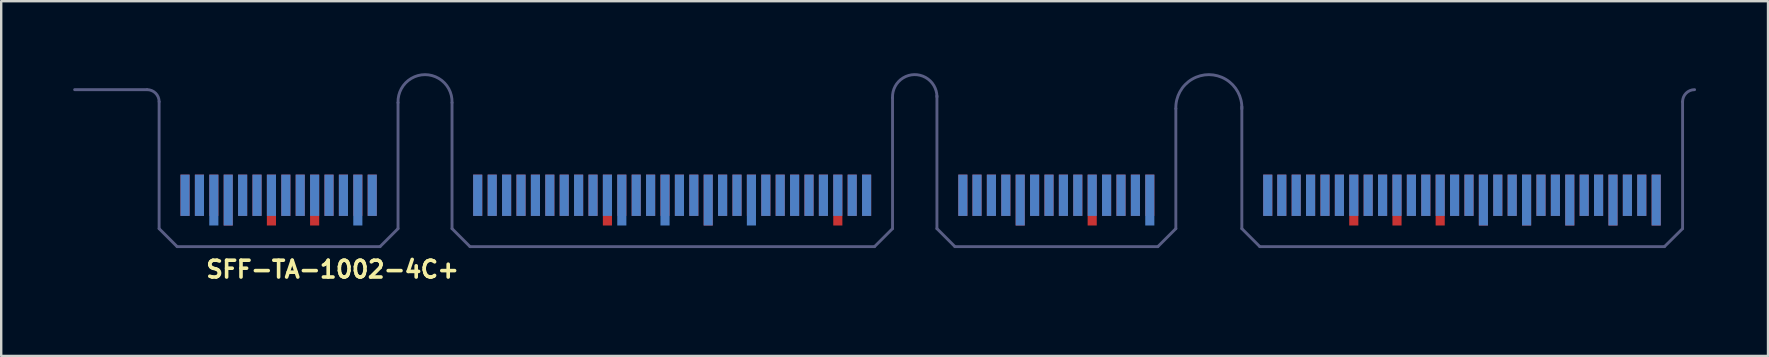
<source format=kicad_pcb>
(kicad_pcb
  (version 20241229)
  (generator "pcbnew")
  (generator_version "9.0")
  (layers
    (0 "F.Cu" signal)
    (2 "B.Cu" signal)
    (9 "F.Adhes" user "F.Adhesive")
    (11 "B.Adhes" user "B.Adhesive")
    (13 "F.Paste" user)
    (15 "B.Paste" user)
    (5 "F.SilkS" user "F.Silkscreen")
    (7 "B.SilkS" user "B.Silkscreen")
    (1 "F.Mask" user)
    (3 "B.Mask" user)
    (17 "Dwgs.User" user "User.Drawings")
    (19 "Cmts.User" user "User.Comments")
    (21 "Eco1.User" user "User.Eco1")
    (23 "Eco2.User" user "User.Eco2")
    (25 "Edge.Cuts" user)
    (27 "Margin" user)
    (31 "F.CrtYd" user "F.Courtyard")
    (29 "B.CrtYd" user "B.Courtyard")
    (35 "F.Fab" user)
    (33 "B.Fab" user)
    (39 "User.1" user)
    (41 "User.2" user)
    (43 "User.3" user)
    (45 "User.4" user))
  (footprint "SFF-TA-1002-4C+"
    (layer "F.Cu")
    (at 35.06 5.286)
    (property "Reference" "SFF-TA-1002-4C+" (at -29.6 3.3 0) (layer "F.SilkS") (effects (font (size 0.7 0.7) (thickness 0.15)) (justify left bottom)))
    (attr exclude_from_pos_files exclude_from_bom)
    (fp_line (start -35 -4.6) (end -31.98 -4.6) (stroke (width 0.12) (type solid)) (layer "B.Fab"))
    (fp_line (start -31.48 1.19) (end -31.48 -4.1) (stroke (width 0.12) (type solid)) (layer "B.Fab"))
    (fp_line (start -30.73 1.94) (end -31.48 1.19) (stroke (width 0.12) (type solid)) (layer "B.Fab"))
    (fp_line (start -30.73 1.94) (end -22.275 1.94) (stroke (width 0.12) (type solid)) (layer "B.Fab"))
    (fp_line (start -21.525 1.19) (end -22.275 1.94) (stroke (width 0.12) (type solid)) (layer "B.Fab"))
    (fp_line (start -21.525 1.19) (end -21.525 -4.06) (stroke (width 0.12) (type solid)) (layer "B.Fab"))
    (fp_line (start -19.275 1.19) (end -19.275 -4.06) (stroke (width 0.12) (type solid)) (layer "B.Fab"))
    (fp_line (start -19.275 1.19) (end -18.525 1.94) (stroke (width 0.12) (type solid)) (layer "B.Fab"))
    (fp_line (start -18.525 1.94) (end -1.67 1.94) (stroke (width 0.12) (type solid)) (layer "B.Fab"))
    (fp_line (start -0.92 1.19) (end -1.67 1.94) (stroke (width 0.12) (type solid)) (layer "B.Fab"))
    (fp_line (start -0.92 1.19) (end -0.92 -4.26) (stroke (width 0.12) (type solid)) (layer "B.Fab"))
    (fp_line (start 0.93 1.19) (end 0.93 -4.34) (stroke (width 0.12) (type solid)) (layer "B.Fab"))
    (fp_line (start 0.93 1.19) (end 1.68 1.94) (stroke (width 0.12) (type solid)) (layer "B.Fab"))
    (fp_line (start 1.68 1.94) (end 10.135 1.94) (stroke (width 0.12) (type solid)) (layer "B.Fab"))
    (fp_line (start 10.135 1.94) (end 10.885 1.19) (stroke (width 0.12) (type solid)) (layer "B.Fab"))
    (fp_line (start 10.885 1.19) (end 10.885 -3.81) (stroke (width 0.12) (type solid)) (layer "B.Fab"))
    (fp_line (start 13.635 1.19) (end 13.635 -3.89) (stroke (width 0.12) (type solid)) (layer "B.Fab"))
    (fp_line (start 14.385 1.94) (end 13.635 1.19) (stroke (width 0.12) (type solid)) (layer "B.Fab"))
    (fp_line (start 14.385 1.94) (end 31.245 1.94) (stroke (width 0.12) (type solid)) (layer "B.Fab"))
    (fp_line (start 32 1.19) (end 31.245 1.94) (stroke (width 0.12) (type solid)) (layer "B.Fab"))
    (fp_line (start 32 1.19) (end 32 -4.1) (stroke (width 0.12) (type solid)) (layer "B.Fab"))
    (fp_arc (start -31.98 -4.6) (mid -31.626447 -4.453553) (end -31.48 -4.1) (stroke (width 0.12) (type solid)) (layer "B.Fab"))
    (fp_arc (start -21.525 -4.06) (mid -20.4 -5.225711) (end -19.275 -4.06) (stroke (width 0.12) (type solid)) (layer "B.Fab"))
    (fp_arc (start -0.92 -4.26) (mid -0.015005 -5.225648) (end 0.930864 -4.3) (stroke (width 0.12) (type solid)) (layer "B.Fab"))
    (fp_arc (start 10.885 -3.81) (mid 12.264997 -5.225573) (end 13.634673 -3.800012) (stroke (width 0.12) (type solid)) (layer "B.Fab"))
    (fp_arc (start 32 -4.1) (mid 32.146447 -4.453553) (end 32.5 -4.6) (stroke (width 0.12) (type solid)) (layer "B.Fab"))
    (pad "A1" smd rect (at -18.205 -0.2) (size 0.38 1.72) (layers "B.Cu" "B.Mask"))
    (pad "A2" smd rect (at -17.6 -0.2) (size 0.38 1.72) (layers "B.Cu" "B.Mask"))
    (pad "A3" smd rect (at -17 -0.2) (size 0.38 1.72) (layers "B.Cu" "B.Mask"))
    (pad "A4" smd rect (at -16.4 -0.2) (size 0.38 1.72) (layers "B.Cu" "B.Mask"))
    (pad "A5" smd rect (at -15.8 -0.2) (size 0.38 1.72) (layers "B.Cu" "B.Mask"))
    (pad "A6" smd rect (at -15.2 -0.2) (size 0.38 1.72) (layers "B.Cu" "B.Mask"))
    (pad "A7" smd rect (at -14.6 -0.2) (size 0.38 1.72) (layers "B.Cu" "B.Mask"))
    (pad "A8" smd rect (at -14 -0.2) (size 0.38 1.72) (layers "B.Cu" "B.Mask"))
    (pad "A9" smd rect (at -13.4 -0.2) (size 0.38 1.72) (layers "B.Cu" "B.Mask"))
    (pad "A10" smd rect (at -12.8 -0.2) (size 0.38 1.72) (layers "B.Cu" "B.Mask"))
    (pad "A11" smd rect (at -12.2 0) (size 0.38 2.12) (layers "B.Cu" "B.Mask"))
    (pad "A12" smd rect (at -11.6 -0.2) (size 0.38 1.72) (layers "B.Cu" "B.Mask"))
    (pad "A13" smd rect (at -11 -0.2) (size 0.38 1.72) (layers "B.Cu" "B.Mask"))
    (pad "A14" smd rect (at -10.4 0) (size 0.38 2.12) (layers "B.Cu" "B.Mask"))
    (pad "A15" smd rect (at -9.8 -0.2) (size 0.38 1.72) (layers "B.Cu" "B.Mask"))
    (pad "A16" smd rect (at -9.2 -0.2) (size 0.38 1.72) (layers "B.Cu" "B.Mask"))
    (pad "A17" smd rect (at -8.6 0) (size 0.38 2.12) (layers "B.Cu" "B.Mask"))
    (pad "A18" smd rect (at -8 -0.2) (size 0.38 1.72) (layers "B.Cu" "B.Mask"))
    (pad "A19" smd rect (at -7.4 -0.2) (size 0.38 1.72) (layers "B.Cu" "B.Mask"))
    (pad "A20" smd rect (at -6.8 0) (size 0.38 2.12) (layers "B.Cu" "B.Mask"))
    (pad "A21" smd rect (at -6.2 -0.2) (size 0.38 1.72) (layers "B.Cu" "B.Mask"))
    (pad "A22" smd rect (at -5.6 -0.2) (size 0.38 1.72) (layers "B.Cu" "B.Mask"))
    (pad "A23" smd rect (at -5 -0.2) (size 0.38 1.72) (layers "B.Cu" "B.Mask"))
    (pad "A24" smd rect (at -4.4 -0.2) (size 0.38 1.72) (layers "B.Cu" "B.Mask"))
    (pad "A25" smd rect (at -3.8 -0.2) (size 0.38 1.72) (layers "B.Cu" "B.Mask"))
    (pad "A26" smd rect (at -3.2 -0.2) (size 0.38 1.72) (layers "B.Cu" "B.Mask"))
    (pad "A27" smd rect (at -2.6 -0.2) (size 0.38 1.72) (layers "B.Cu" "B.Mask"))
    (pad "A28" smd rect (at -2 -0.2) (size 0.38 1.72) (layers "B.Cu" "B.Mask"))
    (pad "A29" smd rect (at 2.01 -0.2) (size 0.38 1.72) (layers "B.Cu" "B.Mask"))
    (pad "A30" smd rect (at 2.6 -0.2) (size 0.38 1.72) (layers "B.Cu" "B.Mask"))
    (pad "A31" smd rect (at 3.2 -0.2) (size 0.38 1.72) (layers "B.Cu" "B.Mask"))
    (pad "A32" smd rect (at 3.8 -0.2) (size 0.38 1.72) (layers "B.Cu" "B.Mask"))
    (pad "A33" smd rect (at 4.4 0) (size 0.38 2.12) (layers "B.Cu" "B.Mask"))
    (pad "A34" smd rect (at 5 -0.2) (size 0.38 1.72) (layers "B.Cu" "B.Mask"))
    (pad "A35" smd rect (at 5.6 -0.2) (size 0.38 1.72) (layers "B.Cu" "B.Mask"))
    (pad "A36" smd rect (at 6.2 -0.2) (size 0.38 1.72) (layers "B.Cu" "B.Mask"))
    (pad "A37" smd rect (at 6.8 -0.2) (size 0.38 1.72) (layers "B.Cu" "B.Mask"))
    (pad "A38" smd rect (at 7.4 -0.2) (size 0.38 1.72) (layers "B.Cu" "B.Mask"))
    (pad "A39" smd rect (at 8 -0.2) (size 0.38 1.72) (layers "B.Cu" "B.Mask"))
    (pad "A40" smd rect (at 8.6 -0.2) (size 0.38 1.72) (layers "B.Cu" "B.Mask"))
    (pad "A41" smd rect (at 9.2 -0.2) (size 0.38 1.72) (layers "B.Cu" "B.Mask"))
    (pad "A42" smd rect (at 9.8 0) (size 0.38 2.12) (layers "B.Cu" "B.Mask"))
    (pad "A43" smd rect (at 14.715 -0.2) (size 0.38 1.72) (layers "B.Cu" "B.Mask"))
    (pad "A44" smd rect (at 15.3 -0.2) (size 0.38 1.72) (layers "B.Cu" "B.Mask"))
    (pad "A45" smd rect (at 15.9 -0.2) (size 0.38 1.72) (layers "B.Cu" "B.Mask"))
    (pad "A46" smd rect (at 16.5 -0.2) (size 0.38 1.72) (layers "B.Cu" "B.Mask"))
    (pad "A47" smd rect (at 17.1 -0.2) (size 0.38 1.72) (layers "B.Cu" "B.Mask"))
    (pad "A48" smd rect (at 17.7 -0.2) (size 0.38 1.72) (layers "B.Cu" "B.Mask"))
    (pad "A49" smd rect (at 18.3 -0.2) (size 0.38 1.72) (layers "B.Cu" "B.Mask"))
    (pad "A50" smd rect (at 18.9 -0.2) (size 0.38 1.72) (layers "B.Cu" "B.Mask"))
    (pad "A51" smd rect (at 19.5 -0.2) (size 0.38 1.72) (layers "B.Cu" "B.Mask"))
    (pad "A52" smd rect (at 20.1 -0.2) (size 0.38 1.72) (layers "B.Cu" "B.Mask"))
    (pad "A53" smd rect (at 20.7 -0.2) (size 0.38 1.72) (layers "B.Cu" "B.Mask"))
    (pad "A54" smd rect (at 21.3 -0.2) (size 0.38 1.72) (layers "B.Cu" "B.Mask"))
    (pad "A55" smd rect (at 21.9 -0.2) (size 0.38 1.72) (layers "B.Cu" "B.Mask"))
    (pad "A56" smd rect (at 22.5 -0.2) (size 0.38 1.72) (layers "B.Cu" "B.Mask"))
    (pad "A57" smd rect (at 23.1 -0.2) (size 0.38 1.72) (layers "B.Cu" "B.Mask"))
    (pad "A58" smd rect (at 23.7 0) (size 0.38 2.12) (layers "B.Cu" "B.Mask"))
    (pad "A59" smd rect (at 24.3 -0.2) (size 0.38 1.72) (layers "B.Cu" "B.Mask"))
    (pad "A60" smd rect (at 24.9 -0.2) (size 0.38 1.72) (layers "B.Cu" "B.Mask"))
    (pad "A61" smd rect (at 25.5 0) (size 0.38 2.12) (layers "B.Cu" "B.Mask"))
    (pad "A62" smd rect (at 26.1 -0.2) (size 0.38 1.72) (layers "B.Cu" "B.Mask"))
    (pad "A63" smd rect (at 26.7 -0.2) (size 0.38 1.72) (layers "B.Cu" "B.Mask"))
    (pad "A64" smd rect (at 27.3 0) (size 0.38 2.12) (layers "B.Cu" "B.Mask"))
    (pad "A65" smd rect (at 27.9 -0.2) (size 0.38 1.72) (layers "B.Cu" "B.Mask"))
    (pad "A66" smd rect (at 28.5 -0.2) (size 0.38 1.72) (layers "B.Cu" "B.Mask"))
    (pad "A67" smd rect (at 29.1 0) (size 0.38 2.12) (layers "B.Cu" "B.Mask"))
    (pad "A68" smd rect (at 29.7 -0.2) (size 0.38 1.72) (layers "B.Cu" "B.Mask"))
    (pad "A69" smd rect (at 30.3 -0.2) (size 0.38 1.72) (layers "B.Cu" "B.Mask"))
    (pad "A70" smd rect (at 30.9 0) (size 0.38 2.12) (layers "B.Cu" "B.Mask"))
    (pad "B1" smd rect (at -18.205 -0.2) (size 0.38 1.72) (layers "F.Cu" "F.Mask"))
    (pad "B2" smd rect (at -17.6 -0.2) (size 0.38 1.72) (layers "F.Cu" "F.Mask"))
    (pad "B3" smd rect (at -17 -0.2) (size 0.38 1.72) (layers "F.Cu" "F.Mask"))
    (pad "B4" smd rect (at -16.4 -0.2) (size 0.38 1.72) (layers "F.Cu" "F.Mask"))
    (pad "B5" smd rect (at -15.8 -0.2) (size 0.38 1.72) (layers "F.Cu" "F.Mask"))
    (pad "B6" smd rect (at -15.2 -0.2) (size 0.38 1.72) (layers "F.Cu" "F.Mask"))
    (pad "B7" smd rect (at -14.6 -0.2) (size 0.38 1.72) (layers "F.Cu" "F.Mask"))
    (pad "B8" smd rect (at -14 -0.2) (size 0.38 1.72) (layers "F.Cu" "F.Mask"))
    (pad "B9" smd rect (at -13.4 -0.2) (size 0.38 1.72) (layers "F.Cu" "F.Mask"))
    (pad "B10" smd rect (at -12.8 0) (size 0.38 2.12) (layers "F.Cu" "F.Mask"))
    (pad "B11" smd rect (at -12.2 -0.2) (size 0.38 1.72) (layers "F.Cu" "F.Mask"))
    (pad "B12" smd rect (at -11.6 -0.2) (size 0.38 1.72) (layers "F.Cu" "F.Mask"))
    (pad "B13" smd rect (at -11 -0.2) (size 0.38 1.72) (layers "F.Cu" "F.Mask"))
    (pad "B14" smd rect (at -10.4 -0.2) (size 0.38 1.72) (layers "F.Cu" "F.Mask"))
    (pad "B15" smd rect (at -9.8 -0.2) (size 0.38 1.72) (layers "F.Cu" "F.Mask"))
    (pad "B16" smd rect (at -9.2 -0.2) (size 0.38 1.72) (layers "F.Cu" "F.Mask"))
    (pad "B17" smd rect (at -8.6 0) (size 0.38 2.12) (layers "F.Cu" "F.Mask"))
    (pad "B18" smd rect (at -8 -0.2) (size 0.38 1.72) (layers "F.Cu" "F.Mask"))
    (pad "B19" smd rect (at -7.4 -0.2) (size 0.38 1.72) (layers "F.Cu" "F.Mask"))
    (pad "B20" smd rect (at -6.8 -0.2) (size 0.38 1.72) (layers "F.Cu" "F.Mask"))
    (pad "B21" smd rect (at -6.2 -0.2) (size 0.38 1.72) (layers "F.Cu" "F.Mask"))
    (pad "B22" smd rect (at -5.6 -0.2) (size 0.38 1.72) (layers "F.Cu" "F.Mask"))
    (pad "B23" smd rect (at -5 -0.2) (size 0.38 1.72) (layers "F.Cu" "F.Mask"))
    (pad "B24" smd rect (at -4.4 -0.2) (size 0.38 1.72) (layers "F.Cu" "F.Mask"))
    (pad "B25" smd rect (at -3.8 -0.2) (size 0.38 1.72) (layers "F.Cu" "F.Mask"))
    (pad "B26" smd rect (at -3.2 0) (size 0.38 2.12) (layers "F.Cu" "F.Mask"))
    (pad "B27" smd rect (at -2.6 -0.2) (size 0.38 1.72) (layers "F.Cu" "F.Mask"))
    (pad "B28" smd rect (at -2 -0.2) (size 0.38 1.72) (layers "F.Cu" "F.Mask"))
    (pad "B29" smd rect (at 2.01 -0.2) (size 0.38 1.72) (layers "F.Cu" "F.Mask"))
    (pad "B30" smd rect (at 2.6 -0.2) (size 0.38 1.72) (layers "F.Cu" "F.Mask"))
    (pad "B31" smd rect (at 3.2 -0.2) (size 0.38 1.72) (layers "F.Cu" "F.Mask"))
    (pad "B32" smd rect (at 3.8 -0.2) (size 0.38 1.72) (layers "F.Cu" "F.Mask"))
    (pad "B33" smd rect (at 4.4 0) (size 0.38 2.12) (layers "F.Cu" "F.Mask"))
    (pad "B34" smd rect (at 5 -0.2) (size 0.38 1.72) (layers "F.Cu" "F.Mask"))
    (pad "B35" smd rect (at 5.6 -0.2) (size 0.38 1.72) (layers "F.Cu" "F.Mask"))
    (pad "B36" smd rect (at 6.2 -0.2) (size 0.38 1.72) (layers "F.Cu" "F.Mask"))
    (pad "B37" smd rect (at 6.8 -0.2) (size 0.38 1.72) (layers "F.Cu" "F.Mask"))
    (pad "B38" smd rect (at 7.4 0) (size 0.38 2.12) (layers "F.Cu" "F.Mask"))
    (pad "B39" smd rect (at 8 -0.2) (size 0.38 1.72) (layers "F.Cu" "F.Mask"))
    (pad "B40" smd rect (at 8.6 -0.2) (size 0.38 1.72) (layers "F.Cu" "F.Mask"))
    (pad "B41" smd rect (at 9.2 -0.2) (size 0.38 1.72) (layers "F.Cu" "F.Mask"))
    (pad "B42" smd rect (at 9.8 -0.2) (size 0.38 1.72) (layers "F.Cu" "F.Mask"))
    (pad "B43" smd rect (at 14.715 -0.2) (size 0.38 1.72) (layers "F.Cu" "F.Mask"))
    (pad "B44" smd rect (at 15.3 -0.2) (size 0.38 1.72) (layers "F.Cu" "F.Mask"))
    (pad "B45" smd rect (at 15.9 -0.2) (size 0.38 1.72) (layers "F.Cu" "F.Mask"))
    (pad "B46" smd rect (at 16.5 -0.2) (size 0.38 1.72) (layers "F.Cu" "F.Mask"))
    (pad "B47" smd rect (at 17.1 -0.2) (size 0.38 1.72) (layers "F.Cu" "F.Mask"))
    (pad "B48" smd rect (at 17.7 -0.2) (size 0.38 1.72) (layers "F.Cu" "F.Mask"))
    (pad "B49" smd rect (at 18.3 0) (size 0.38 2.12) (layers "F.Cu" "F.Mask"))
    (pad "B50" smd rect (at 18.9 -0.2) (size 0.38 1.72) (layers "F.Cu" "F.Mask"))
    (pad "B51" smd rect (at 19.5 -0.2) (size 0.38 1.72) (layers "F.Cu" "F.Mask"))
    (pad "B52" smd rect (at 20.1 0) (size 0.38 2.12) (layers "F.Cu" "F.Mask"))
    (pad "B53" smd rect (at 20.7 -0.2) (size 0.38 1.72) (layers "F.Cu" "F.Mask"))
    (pad "B54" smd rect (at 21.3 -0.2) (size 0.38 1.72) (layers "F.Cu" "F.Mask"))
    (pad "B55" smd rect (at 21.9 0) (size 0.38 2.12) (layers "F.Cu" "F.Mask"))
    (pad "B56" smd rect (at 22.5 -0.2) (size 0.38 1.72) (layers "F.Cu" "F.Mask"))
    (pad "B57" smd rect (at 23.1 -0.2) (size 0.38 1.72) (layers "F.Cu" "F.Mask"))
    (pad "B58" smd rect (at 23.7 0) (size 0.38 2.12) (layers "F.Cu" "F.Mask"))
    (pad "B59" smd rect (at 24.3 -0.2) (size 0.38 1.72) (layers "F.Cu" "F.Mask"))
    (pad "B60" smd rect (at 24.9 -0.2) (size 0.38 1.72) (layers "F.Cu" "F.Mask"))
    (pad "B61" smd rect (at 25.5 0) (size 0.38 2.12) (layers "F.Cu" "F.Mask"))
    (pad "B62" smd rect (at 26.1 -0.2) (size 0.38 1.72) (layers "F.Cu" "F.Mask"))
    (pad "B63" smd rect (at 26.7 -0.2) (size 0.38 1.72) (layers "F.Cu" "F.Mask"))
    (pad "B64" smd rect (at 27.3 0) (size 0.38 2.12) (layers "F.Cu" "F.Mask"))
    (pad "B65" smd rect (at 27.9 -0.2) (size 0.38 1.72) (layers "F.Cu" "F.Mask"))
    (pad "B66" smd rect (at 28.5 -0.2) (size 0.38 1.72) (layers "F.Cu" "F.Mask"))
    (pad "B67" smd rect (at 29.1 0) (size 0.38 2.12) (layers "F.Cu" "F.Mask"))
    (pad "B68" smd rect (at 29.7 -0.2) (size 0.38 1.72) (layers "F.Cu" "F.Mask"))
    (pad "B69" smd rect (at 30.3 -0.2) (size 0.38 1.72) (layers "F.Cu" "F.Mask"))
    (pad "B70" smd rect (at 30.9 0) (size 0.38 2.12) (layers "F.Cu" "F.Mask"))
    (pad "OA1" smd rect (at -30.4 -0.2) (size 0.38 1.72) (layers "B.Cu" "B.Mask"))
    (pad "OA2" smd rect (at -29.8 -0.2) (size 0.38 1.72) (layers "B.Cu" "B.Mask"))
    (pad "OA3" smd rect (at -29.2 0) (size 0.38 2.12) (layers "B.Cu" "B.Mask"))
    (pad "OA4" smd rect (at -28.6 0) (size 0.38 2.12) (layers "B.Cu" "B.Mask"))
    (pad "OA5" smd rect (at -28 -0.2) (size 0.38 1.72) (layers "B.Cu" "B.Mask"))
    (pad "OA6" smd rect (at -27.4 -0.2) (size 0.38 1.72) (layers "B.Cu" "B.Mask"))
    (pad "OA7" smd rect (at -26.8 -0.2) (size 0.38 1.72) (layers "B.Cu" "B.Mask"))
    (pad "OA8" smd rect (at -26.2 -0.2) (size 0.38 1.72) (layers "B.Cu" "B.Mask"))
    (pad "OA9" smd rect (at -25.6 -0.2) (size 0.38 1.72) (layers "B.Cu" "B.Mask"))
    (pad "OA10" smd rect (at -25 -0.2) (size 0.38 1.72) (layers "B.Cu" "B.Mask"))
    (pad "OA11" smd rect (at -24.4 -0.2) (size 0.38 1.72) (layers "B.Cu" "B.Mask"))
    (pad "OA12" smd rect (at -23.8 -0.2) (size 0.38 1.72) (layers "B.Cu" "B.Mask"))
    (pad "OA13" smd rect (at -23.2 0) (size 0.38 2.12) (layers "B.Cu" "B.Mask"))
    (pad "OA14" smd rect (at -22.6 -0.2) (size 0.38 1.72) (layers "B.Cu" "B.Mask"))
    (pad "OB1" smd rect (at -30.4 -0.2) (size 0.38 1.72) (layers "F.Cu" "F.Mask"))
    (pad "OB2" smd rect (at -29.8 -0.2) (size 0.38 1.72) (layers "F.Cu" "F.Mask"))
    (pad "OB3" smd rect (at -29.2 -0.2) (size 0.38 1.72) (layers "F.Cu" "F.Mask"))
    (pad "OB4" smd rect (at -28.6 0) (size 0.38 2.12) (layers "F.Cu" "F.Mask"))
    (pad "OB5" smd rect (at -28 -0.2) (size 0.38 1.72) (layers "F.Cu" "F.Mask"))
    (pad "OB6" smd rect (at -27.4 -0.2) (size 0.38 1.72) (layers "F.Cu" "F.Mask"))
    (pad "OB7" smd rect (at -26.8 0) (size 0.38 2.12) (layers "F.Cu" "F.Mask"))
    (pad "OB8" smd rect (at -26.2 -0.2) (size 0.38 1.72) (layers "F.Cu" "F.Mask"))
    (pad "OB9" smd rect (at -25.6 -0.2) (size 0.38 1.72) (layers "F.Cu" "F.Mask"))
    (pad "OB10" smd rect (at -25 0) (size 0.38 2.12) (layers "F.Cu" "F.Mask"))
    (pad "OB11" smd rect (at -24.4 -0.2) (size 0.38 1.72) (layers "F.Cu" "F.Mask"))
    (pad "OB12" smd rect (at -23.8 -0.2) (size 0.38 1.72) (layers "F.Cu" "F.Mask"))
    (pad "OB13" smd rect (at -23.2 -0.2) (size 0.38 1.72) (layers "F.Cu" "F.Mask"))
    (pad "OB14" smd rect (at -22.6 -0.2) (size 0.38 1.72) (layers "F.Cu" "F.Mask")))
  (gr_rect
    (start -3 -3)
    (end 70.62 11.781)
    (stroke (width 0.1) (type default))
    (fill no)
    (layer "Edge.Cuts")))
</source>
